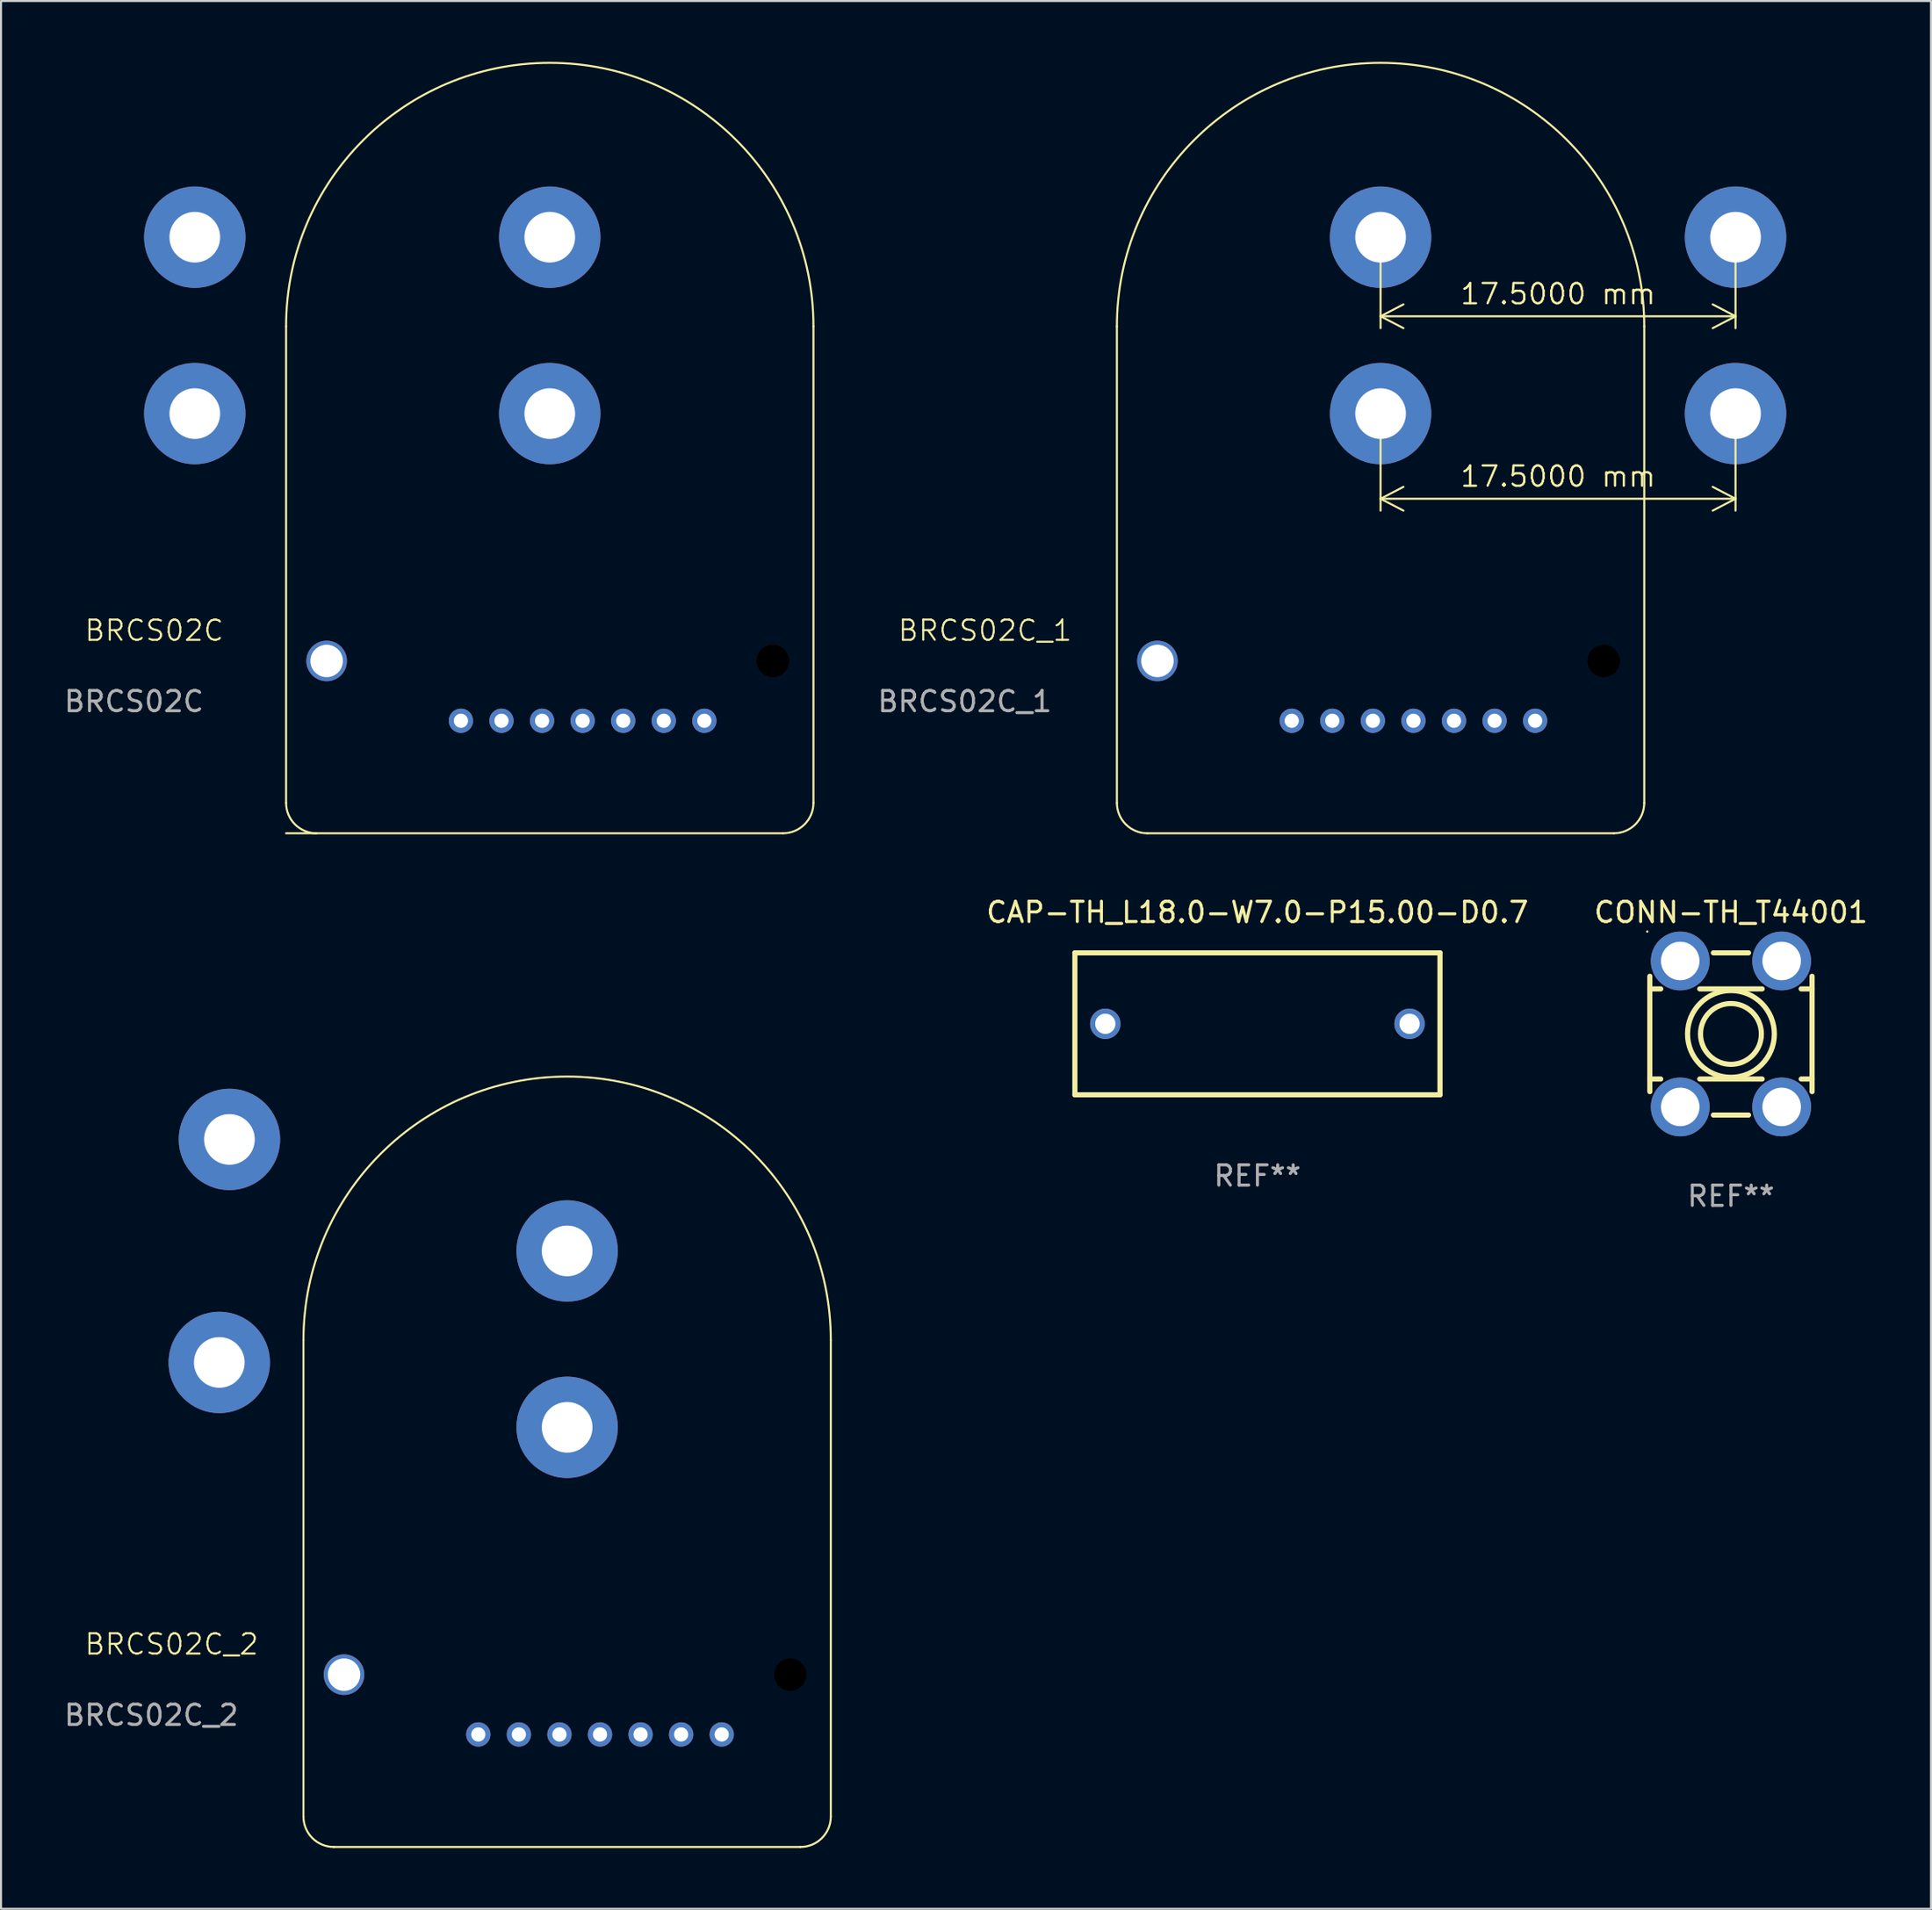
<source format=kicad_pcb>
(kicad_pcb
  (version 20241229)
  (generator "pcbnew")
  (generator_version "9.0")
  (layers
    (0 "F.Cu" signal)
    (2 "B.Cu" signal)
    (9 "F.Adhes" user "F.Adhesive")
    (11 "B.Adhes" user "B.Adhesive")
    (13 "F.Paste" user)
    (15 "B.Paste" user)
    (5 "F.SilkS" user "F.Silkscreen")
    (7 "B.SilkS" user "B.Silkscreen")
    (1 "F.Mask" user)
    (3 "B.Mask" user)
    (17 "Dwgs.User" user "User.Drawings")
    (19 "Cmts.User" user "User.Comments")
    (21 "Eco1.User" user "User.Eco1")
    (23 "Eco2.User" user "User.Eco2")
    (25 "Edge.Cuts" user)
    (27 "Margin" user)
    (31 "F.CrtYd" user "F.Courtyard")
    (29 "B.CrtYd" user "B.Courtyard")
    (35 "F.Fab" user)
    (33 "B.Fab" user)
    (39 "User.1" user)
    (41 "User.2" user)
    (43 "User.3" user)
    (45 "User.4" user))
  (footprint "BRCS02C_1"
    (layer "F.Cu")
    (at 54.014 29.55)
    (property "Reference" "BRCS02C_1" (at -8.5 -1.5 0) (unlocked yes) (layer "F.SilkS") (effects (font (size 1 1) (thickness 0.1))))
    (attr through_hole)
    (fp_line (start -2 7) (end -2 -16.5) (stroke (width 0.1) (type default)) (layer "F.SilkS"))
    (fp_line (start -0.5 8.5) (end 22.5 8.5) (stroke (width 0.1) (type default)) (layer "F.SilkS"))
    (fp_line (start 24 -16.5) (end 24 7) (stroke (width 0.1) (type default)) (layer "F.SilkS"))
    (fp_arc (start -2 -16.5) (mid 11 -29.5) (end 24 -16.5) (stroke (width 0.1) (type default)) (layer "F.SilkS"))
    (fp_arc (start -0.5 8.5) (mid -1.56066 8.06066) (end -2 7) (stroke (width 0.1) (type default)) (layer "F.SilkS"))
    (fp_arc (start 24 7) (mid 23.56066 8.06066) (end 22.5 8.5) (stroke (width 0.1) (type default)) (layer "F.SilkS"))
    (fp_text user "${REFERENCE}" (at -9.5 2 0) (unlocked yes) (layer "F.Fab") (effects (font (size 1 1) (thickness 0.15))))
    (dimension (type aligned) (layer "F.SilkS") (pts (xy 65.014 8.65) (xy 82.514 8.65)) (height 3.9) (format (prefix "") (suffix "") (units 3) (units_format 1) (precision 4)) (style (thickness 0.1) (arrow_length 1.27) (text_position_mode 0) (arrow_direction outward) (extension_height 0.586) (extension_offset 0.5) (keep_text_aligned yes)) (gr_text "17.5000 mm" (at 73.764 11.45 0) (layer "F.SilkS") (effects (font (size 1 1) (thickness 0.1)))))
    (dimension (type aligned) (layer "F.SilkS") (pts (xy 65.014 17.35) (xy 82.514 17.35)) (height 4.2) (format (prefix "") (suffix "") (units 3) (units_format 1) (precision 4)) (style (thickness 0.1) (arrow_length 1.27) (text_position_mode 0) (arrow_direction outward) (extension_height 0.586) (extension_offset 0.5) (keep_text_aligned yes)) (gr_text "17.5000 mm" (at 73.764 20.45 0) (layer "F.SilkS") (effects (font (size 1 1) (thickness 0.1)))))
    (pad "" np_thru_hole circle (at 0 0) (size 2 2) (drill 1.6) (layers "*.Cu" "Eco2.User"))
    (pad "" np_thru_hole circle (at 22 0) (size 2 2) (drill 1.6) (layers "Eco2.User"))
    (pad "1" thru_hole circle (at 6.62 2.95) (size 1.2 1.2) (drill 0.7) (layers "*.Cu" "*.Mask"))
    (pad "2" thru_hole circle (at 8.62 2.95) (size 1.2 1.2) (drill 0.7) (layers "*.Cu" "*.Mask"))
    (pad "3" thru_hole circle (at 10.62 2.95) (size 1.2 1.2) (drill 0.7) (layers "*.Cu" "*.Mask"))
    (pad "4" thru_hole circle (at 12.62 2.95) (size 1.2 1.2) (drill 0.7) (layers "*.Cu" "*.Mask"))
    (pad "5" thru_hole circle (at 14.62 2.95) (size 1.2 1.2) (drill 0.7) (layers "*.Cu" "*.Mask"))
    (pad "6" thru_hole circle (at 16.62 2.95) (size 1.2 1.2) (drill 0.7) (layers "*.Cu" "*.Mask"))
    (pad "7" thru_hole circle (at 18.62 2.95) (size 1.2 1.2) (drill 0.7) (layers "*.Cu" "*.Mask"))
    (pad "8" thru_hole circle (at 28.5 -12.2) (size 5 5) (drill 2.5) (layers "*.Cu" "*.Mask"))
    (pad "9" thru_hole circle (at 11 -12.2) (size 5 5) (drill 2.5) (layers "*.Cu" "*.Mask"))
    (pad "10" thru_hole circle (at 28.5 -20.9) (size 5 5) (drill 2.5) (layers "*.Cu" "*.Mask"))
    (pad "11" thru_hole circle (at 11 -20.9) (size 5 5) (drill 2.5) (layers "*.Cu" "*.Mask")))
  (footprint "BRCS02C_2"
    (layer "F.Cu")
    (at 13.911 79.55)
    (property "Reference" "BRCS02C_2" (at -8.5 -1.5 0) (unlocked yes) (layer "F.SilkS") (effects (font (size 1 1) (thickness 0.1))))
    (attr through_hole)
    (fp_line (start -2 7) (end -2 -16.5) (stroke (width 0.1) (type default)) (layer "F.SilkS"))
    (fp_line (start -0.5 8.5) (end 22.5 8.5) (stroke (width 0.1) (type default)) (layer "F.SilkS"))
    (fp_line (start 24 -16.5) (end 24 7) (stroke (width 0.1) (type default)) (layer "F.SilkS"))
    (fp_arc (start -2 -16.5) (mid 11 -29.5) (end 24 -16.5) (stroke (width 0.1) (type default)) (layer "F.SilkS"))
    (fp_arc (start -0.5 8.5) (mid -1.56066 8.06066) (end -2 7) (stroke (width 0.1) (type default)) (layer "F.SilkS"))
    (fp_arc (start 24 7) (mid 23.56066 8.06066) (end 22.5 8.5) (stroke (width 0.1) (type default)) (layer "F.SilkS"))
    (fp_circle (center 11 -20.9) (end 28.5 -20.9) (stroke (width 0.1) (type default)) (fill no) (layer "User.9"))
    (fp_circle (center 11 -12.2) (end 28.5 -12.2) (stroke (width 0.1) (type default)) (fill no) (layer "User.9"))
    (fp_text user "${REFERENCE}" (at -9.5 2 0) (unlocked yes) (layer "F.Fab") (effects (font (size 1 1) (thickness 0.15))))
    (pad "" np_thru_hole circle (at 0 0) (size 2 2) (drill 1.6) (layers "*.Cu" "Eco2.User"))
    (pad "" np_thru_hole circle (at 22 0) (size 2 2) (drill 1.6) (layers "Eco2.User"))
    (pad "1" thru_hole circle (at 6.62 2.95) (size 1.2 1.2) (drill 0.7) (layers "*.Cu" "*.Mask"))
    (pad "2" thru_hole circle (at 8.62 2.95) (size 1.2 1.2) (drill 0.7) (layers "*.Cu" "*.Mask"))
    (pad "3" thru_hole circle (at 10.62 2.95) (size 1.2 1.2) (drill 0.7) (layers "*.Cu" "*.Mask"))
    (pad "4" thru_hole circle (at 12.62 2.95) (size 1.2 1.2) (drill 0.7) (layers "*.Cu" "*.Mask"))
    (pad "5" thru_hole circle (at 14.62 2.95) (size 1.2 1.2) (drill 0.7) (layers "*.Cu" "*.Mask"))
    (pad "6" thru_hole circle (at 16.62 2.95) (size 1.2 1.2) (drill 0.7) (layers "*.Cu" "*.Mask"))
    (pad "7" thru_hole circle (at 18.62 2.95) (size 1.2 1.2) (drill 0.7) (layers "*.Cu" "*.Mask"))
    (pad "8" thru_hole circle (at 11 -20.9) (size 5 5) (drill 2.5) (layers "*.Cu" "*.Mask"))
    (pad "9" thru_hole circle (at -5.65 -26.4) (size 5 5) (drill 2.5) (layers "*.Cu" "*.Mask"))
    (pad "10" thru_hole circle (at 11 -12.2) (size 5 5) (drill 2.5) (layers "*.Cu" "*.Mask"))
    (pad "11" thru_hole circle (at -6.15 -15.4) (size 5 5) (drill 2.5) (layers "*.Cu" "*.Mask")))
  (footprint "CONN-TH_T44001"
    (layer "F.Cu")
    (at 82.288 47.948)
    (property "Reference" "CONN-TH_T44001" (at -0.000127 -6 0) (layer "F.SilkS") (effects (font (size 1 1) (thickness 0.15))))
    (attr through_hole)
    (fp_line (start -4 -2.222) (end -3.461 -2.222) (stroke (width 0.254) (type solid)) (layer "F.SilkS"))
    (fp_line (start -4 2.223) (end -3.463 2.223) (stroke (width 0.254) (type solid)) (layer "F.SilkS"))
    (fp_line (start -4 2.844) (end -4 -2.844) (stroke (width 0.254) (type solid)) (layer "F.SilkS"))
    (fp_line (start -1.539 -2.222) (end 1.539 -2.222) (stroke (width 0.254) (type solid)) (layer "F.SilkS"))
    (fp_line (start -1.537 2.223) (end 1.537 2.223) (stroke (width 0.254) (type solid)) (layer "F.SilkS"))
    (fp_line (start -0.867 -4) (end 0.867 -4) (stroke (width 0.254) (type solid)) (layer "F.SilkS"))
    (fp_line (start 0.867 4) (end -0.867 4) (stroke (width 0.254) (type solid)) (layer "F.SilkS"))
    (fp_line (start 3.461 -2.222) (end 4 -2.222) (stroke (width 0.254) (type solid)) (layer "F.SilkS"))
    (fp_line (start 3.463 2.223) (end 4 2.223) (stroke (width 0.254) (type solid)) (layer "F.SilkS"))
    (fp_line (start 4 -2.844) (end 4 2.844) (stroke (width 0.254) (type solid)) (layer "F.SilkS"))
    (fp_circle (center -4.127 -5.05) (end -4.097 -5.05) (stroke (width 0.06) (type solid)) (fill no) (layer "F.SilkS"))
    (fp_circle (center -0.000127 0) (end 1.5 0) (stroke (width 0.254) (type solid)) (fill no) (layer "F.SilkS"))
    (fp_circle (center -0.000127 0) (end 2.14 0) (stroke (width 0.254) (type solid)) (fill no) (layer "F.SilkS"))
    (fp_text user "REF**" (at -0.000127 8 0) (layer "F.Fab") (effects (font (size 1 1) (thickness 0.15))))
    (pad "1" thru_hole circle (at -2.5 -3.6) (size 2.9 2.9) (drill 1.9) (layers "*.Cu" "*.Mask"))
    (pad "1" thru_hole circle (at -2.5 3.6) (size 2.9 2.9) (drill 1.9) (layers "*.Cu" "*.Mask"))
    (pad "1" thru_hole circle (at 2.5 -3.6) (size 2.9 2.9) (drill 1.9) (layers "*.Cu" "*.Mask"))
    (pad "1" thru_hole circle (at 2.5 3.6) (size 2.9 2.9) (drill 1.9) (layers "*.Cu" "*.Mask")))
  (footprint "CAP-TH_L18.0-W7.0-P15.00-D0.7"
    (layer "F.Cu")
    (at 58.943 47.448)
    (property "Reference" "CAP-TH_L18.0-W7.0-P15.00-D0.7" (at -0.000102 -5.5 0) (layer "F.SilkS") (effects (font (size 1 1) (thickness 0.15))))
    (attr through_hole)
    (fp_line (start -9 -3.5) (end 9 -3.5) (stroke (width 0.254) (type solid)) (layer "F.SilkS"))
    (fp_line (start -9 3.5) (end -9 -3.5) (stroke (width 0.254) (type solid)) (layer "F.SilkS"))
    (fp_line (start 9 3.5) (end -9 3.5) (stroke (width 0.254) (type solid)) (layer "F.SilkS"))
    (fp_line (start 9 3.5) (end 9 -3.5) (stroke (width 0.254) (type solid)) (layer "F.SilkS"))
    (fp_circle (center -9 3.5) (end -8.97 3.5) (stroke (width 0.06) (type solid)) (fill no) (layer "F.SilkS"))
    (fp_text user "REF**" (at -0.000102 7.5 0) (layer "F.Fab") (effects (font (size 1 1) (thickness 0.15))))
    (pad "1" thru_hole circle (at -7.5 0) (size 1.5 1.5) (drill 1) (layers "*.Cu" "*.Mask"))
    (pad "2" thru_hole circle (at 7.5 0) (size 1.5 1.5) (drill 1) (layers "*.Cu" "*.Mask")))
  (footprint "BRCS02C"
    (layer "F.Cu")
    (at 13.054 29.55)
    (property "Reference" "BRCS02C" (at -8.5 -1.5 0) (unlocked yes) (layer "F.SilkS") (effects (font (size 1 1) (thickness 0.1))))
    (attr through_hole)
    (fp_line (start -2 7) (end -2 -16.5) (stroke (width 0.1) (type default)) (layer "F.SilkS"))
    (fp_line (start -2 8.5) (end 22.5 8.5) (stroke (width 0.1) (type default)) (layer "F.SilkS"))
    (fp_line (start 24 -16.5) (end 24 7) (stroke (width 0.1) (type default)) (layer "F.SilkS"))
    (fp_arc (start -2 -16.5) (mid 11 -29.5) (end 24 -16.5) (stroke (width 0.1) (type default)) (layer "F.SilkS"))
    (fp_arc (start -0.5 8.5) (mid -1.56066 8.06066) (end -2 7) (stroke (width 0.1) (type default)) (layer "F.SilkS"))
    (fp_arc (start 24 7) (mid 23.56066 8.06066) (end 22.5 8.5) (stroke (width 0.1) (type default)) (layer "F.SilkS"))
    (fp_text user "${REFERENCE}" (at -9.5 2 0) (unlocked yes) (layer "F.Fab") (effects (font (size 1 1) (thickness 0.15))))
    (pad "" np_thru_hole circle (at 0 0) (size 2 2) (drill 1.6) (layers "*.Cu" "Eco2.User"))
    (pad "" np_thru_hole circle (at 22 0) (size 2 2) (drill 1.6) (layers "Eco2.User"))
    (pad "1" thru_hole circle (at 6.62 2.95) (size 1.2 1.2) (drill 0.7) (layers "*.Cu" "*.Mask"))
    (pad "2" thru_hole circle (at 8.62 2.95) (size 1.2 1.2) (drill 0.7) (layers "*.Cu" "*.Mask"))
    (pad "3" thru_hole circle (at 10.62 2.95) (size 1.2 1.2) (drill 0.7) (layers "*.Cu" "*.Mask"))
    (pad "4" thru_hole circle (at 12.62 2.95) (size 1.2 1.2) (drill 0.7) (layers "*.Cu" "*.Mask"))
    (pad "5" thru_hole circle (at 14.62 2.95) (size 1.2 1.2) (drill 0.7) (layers "*.Cu" "*.Mask"))
    (pad "6" thru_hole circle (at 16.62 2.95) (size 1.2 1.2) (drill 0.7) (layers "*.Cu" "*.Mask"))
    (pad "7" thru_hole circle (at 18.62 2.95) (size 1.2 1.2) (drill 0.7) (layers "*.Cu" "*.Mask"))
    (pad "8" thru_hole circle (at 11 -12.2) (size 5 5) (drill 2.5) (layers "*.Cu" "*.Mask"))
    (pad "9" thru_hole circle (at -6.5 -12.2) (size 5 5) (drill 2.5) (layers "*.Cu" "*.Mask"))
    (pad "10" thru_hole circle (at 11 -20.9) (size 5 5) (drill 2.5) (layers "*.Cu" "*.Mask"))
    (pad "11" thru_hole circle (at -6.5 -20.9) (size 5 5) (drill 2.5) (layers "*.Cu" "*.Mask")))
  (gr_rect
    (start -3 -3)
    (end 92.151 91.1)
    (stroke (width 0.1) (type default))
    (fill no)
    (layer "Edge.Cuts")))
</source>
